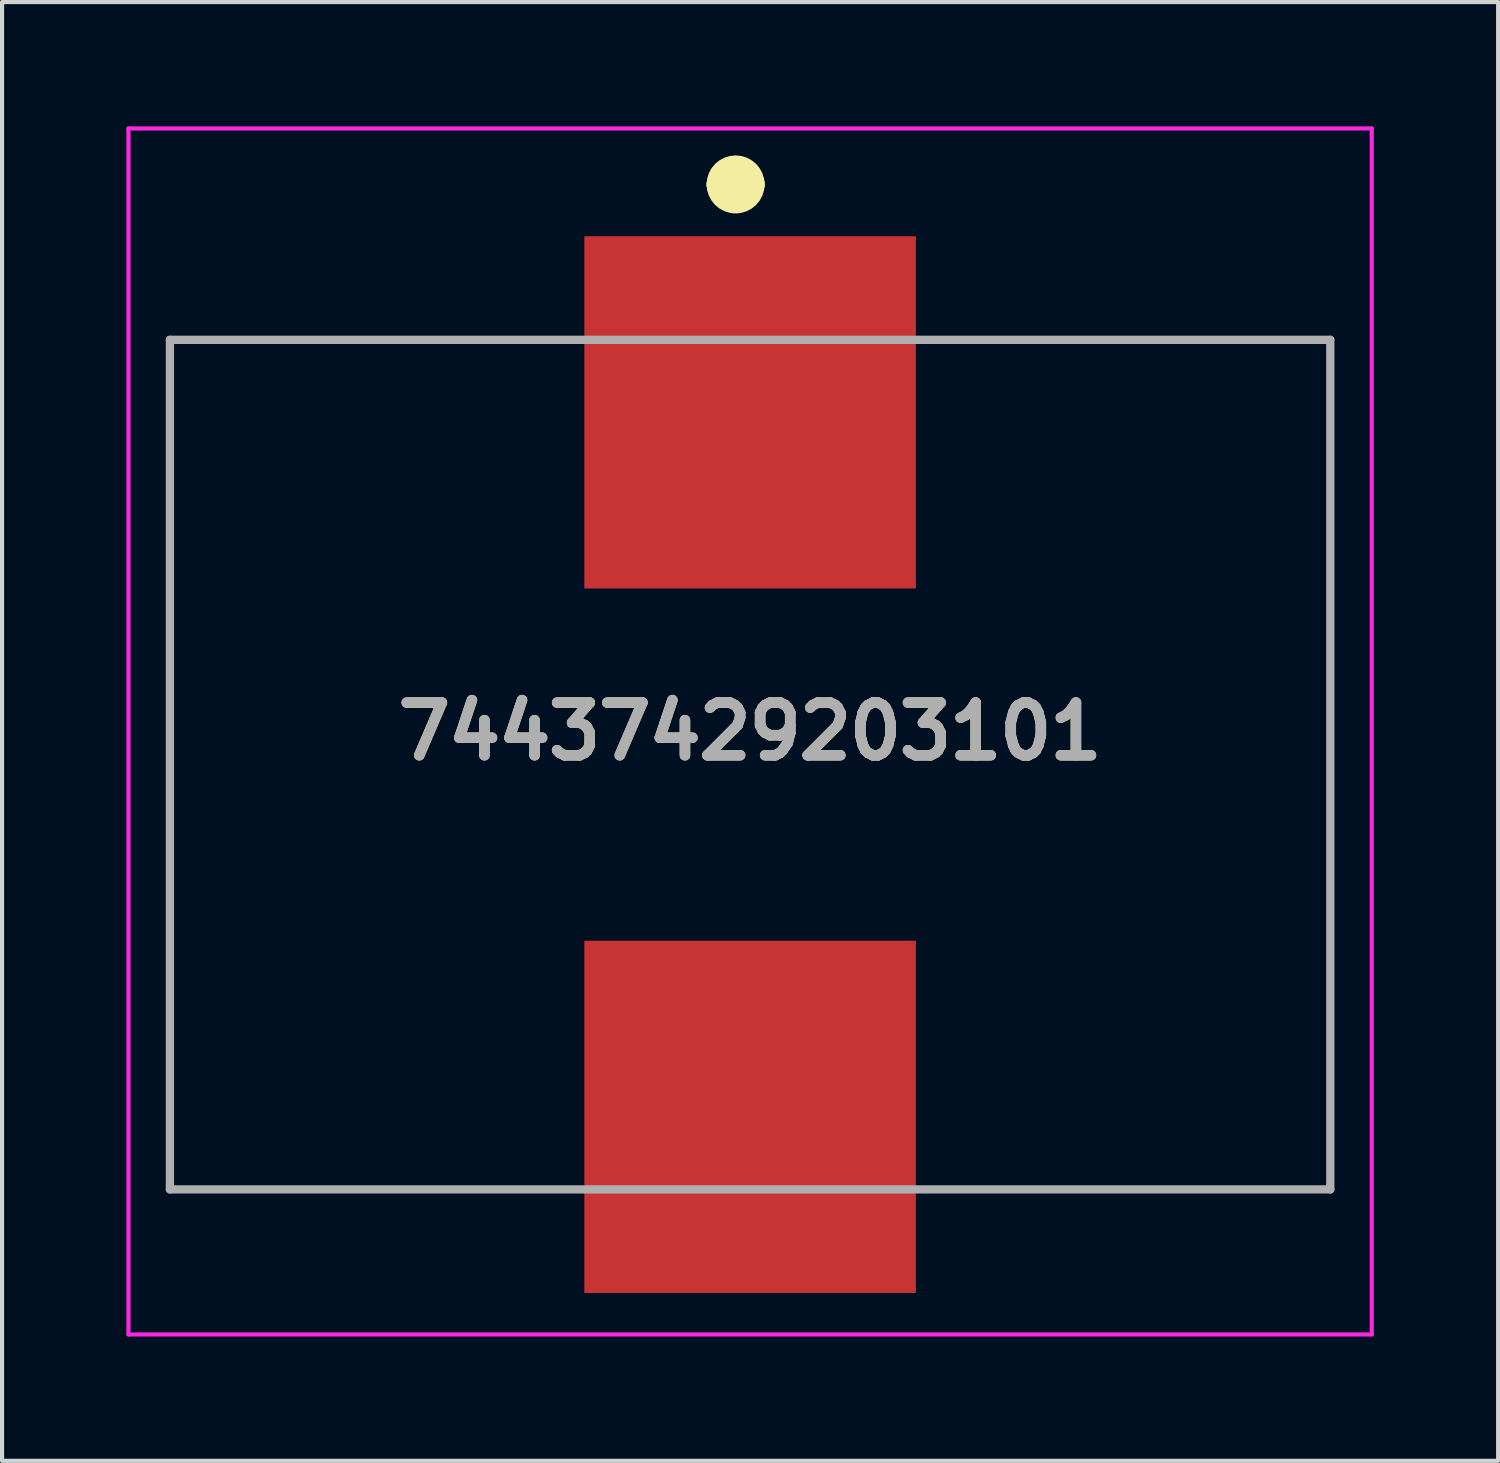
<source format=kicad_pcb>
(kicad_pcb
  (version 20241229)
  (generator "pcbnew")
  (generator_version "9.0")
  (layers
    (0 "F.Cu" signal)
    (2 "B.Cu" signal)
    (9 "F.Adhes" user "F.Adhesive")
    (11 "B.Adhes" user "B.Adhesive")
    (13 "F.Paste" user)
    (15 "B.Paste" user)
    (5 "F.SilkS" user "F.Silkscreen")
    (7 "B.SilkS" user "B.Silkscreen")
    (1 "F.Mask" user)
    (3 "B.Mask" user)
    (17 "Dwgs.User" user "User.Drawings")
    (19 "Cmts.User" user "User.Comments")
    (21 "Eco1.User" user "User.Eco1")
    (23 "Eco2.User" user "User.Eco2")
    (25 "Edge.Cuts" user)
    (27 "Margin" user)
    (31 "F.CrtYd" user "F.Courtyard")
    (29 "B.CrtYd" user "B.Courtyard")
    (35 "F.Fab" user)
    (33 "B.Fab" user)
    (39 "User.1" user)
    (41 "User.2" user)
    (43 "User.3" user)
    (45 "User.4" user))
  (footprint "74437429203101"
    (layer "F.Cu")
    (at 15.05 15.4)
    (property "Reference" "74437429203101" (at 0 -0.8 0) (layer "F.SilkS") (effects (font (size 1.27 1.27) (thickness 0.254))))
    (attr smd)
    (fp_line (start -14 -9.8) (end -14 9.8) (stroke (width 0.1) (type solid)) (layer "F.SilkS"))
    (fp_line (start -0.7 -14) (end -0.7 -14) (stroke (width 0.7) (type solid)) (layer "F.SilkS"))
    (fp_line (start 0 -14) (end 0 -14) (stroke (width 0.7) (type solid)) (layer "F.SilkS"))
    (fp_line (start 14 -9.8) (end 14 9.8) (stroke (width 0.1) (type solid)) (layer "F.SilkS"))
    (fp_arc (start -0.7 -14) (mid -0.35 -14.35) (end 0 -14) (stroke (width 0.7) (type solid)) (layer "F.SilkS"))
    (fp_arc (start 0 -14) (mid -0.35 -13.65) (end -0.7 -14) (stroke (width 0.7) (type solid)) (layer "F.SilkS"))
    (fp_line (start -15 -15.35) (end 15 -15.35) (stroke (width 0.1) (type solid)) (layer "F.CrtYd"))
    (fp_line (start -15 13.75) (end -15 -15.35) (stroke (width 0.1) (type solid)) (layer "F.CrtYd"))
    (fp_line (start 15 -15.35) (end 15 13.75) (stroke (width 0.1) (type solid)) (layer "F.CrtYd"))
    (fp_line (start 15 13.75) (end -15 13.75) (stroke (width 0.1) (type solid)) (layer "F.CrtYd"))
    (fp_line (start -14 -10.25) (end 14 -10.25) (stroke (width 0.2) (type solid)) (layer "F.Fab"))
    (fp_line (start -14 10.25) (end -14 -10.25) (stroke (width 0.2) (type solid)) (layer "F.Fab"))
    (fp_line (start 14 -10.25) (end 14 10.25) (stroke (width 0.2) (type solid)) (layer "F.Fab"))
    (fp_line (start 14 10.25) (end -14 10.25) (stroke (width 0.2) (type solid)) (layer "F.Fab"))
    (fp_text user "${REFERENCE}" (at 0 -0.8 0) (layer "F.Fab") (effects (font (size 1.27 1.27) (thickness 0.254))))
    (pad "1" smd rect (at 0 -8.5) (size 8 8.5) (layers "F.Cu" "F.Mask" "F.Paste"))
    (pad "2" smd rect (at 0 8.5) (size 8 8.5) (layers "F.Cu" "F.Mask" "F.Paste")))
  (gr_rect
    (start -3 -3)
    (end 33.1 32.2)
    (stroke (width 0.1) (type default))
    (fill no)
    (layer "Edge.Cuts")))
</source>
